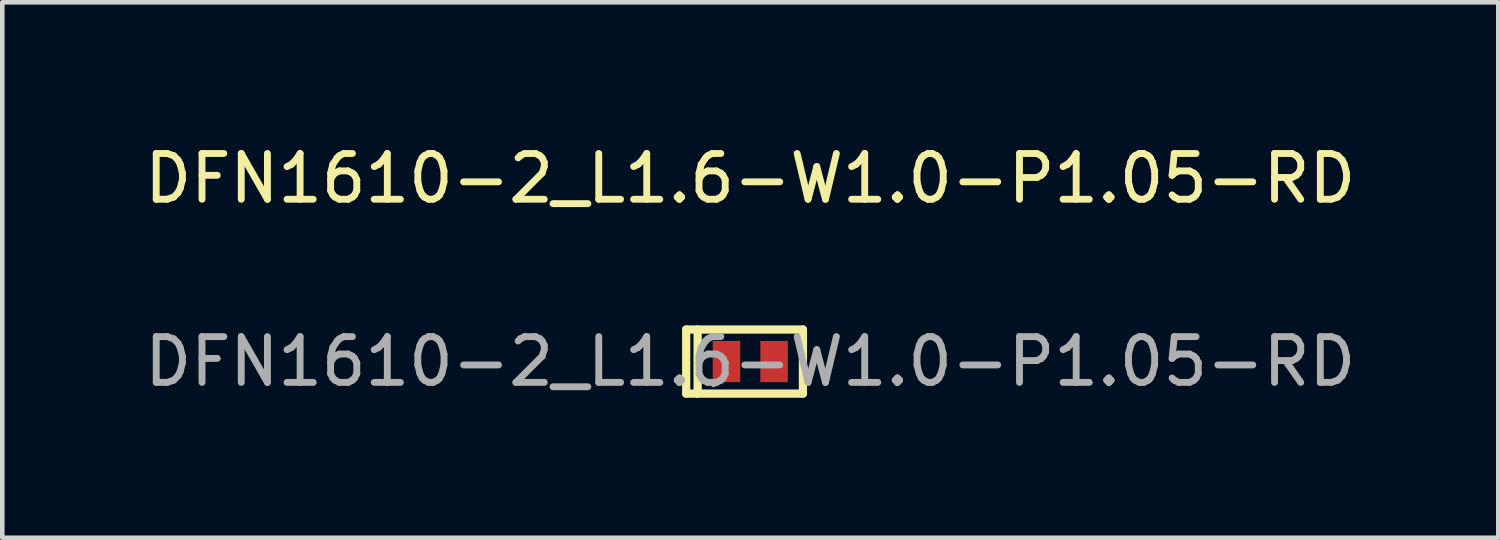
<source format=kicad_pcb>
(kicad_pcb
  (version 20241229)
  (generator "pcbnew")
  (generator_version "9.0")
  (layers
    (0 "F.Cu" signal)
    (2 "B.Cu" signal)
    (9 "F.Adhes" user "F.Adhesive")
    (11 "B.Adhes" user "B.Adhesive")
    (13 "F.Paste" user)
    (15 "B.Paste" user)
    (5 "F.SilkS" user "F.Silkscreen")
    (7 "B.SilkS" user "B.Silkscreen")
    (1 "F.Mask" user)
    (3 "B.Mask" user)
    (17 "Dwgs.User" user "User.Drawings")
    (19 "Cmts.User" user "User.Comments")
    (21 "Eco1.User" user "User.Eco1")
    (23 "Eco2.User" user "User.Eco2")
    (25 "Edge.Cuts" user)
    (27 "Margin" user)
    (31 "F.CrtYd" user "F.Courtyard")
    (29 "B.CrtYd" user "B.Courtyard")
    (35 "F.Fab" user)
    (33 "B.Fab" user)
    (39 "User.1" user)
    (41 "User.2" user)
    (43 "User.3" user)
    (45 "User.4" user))
  (footprint "DFN1610-2_L1.6-W1.0-P1.05-RD"
    (layer "F.Cu")
    (at 13.339 4.848)
    (property "Reference" "DFN1610-2_L1.6-W1.0-P1.05-RD" (at 0 -4 0) (layer "F.SilkS") (effects (font (size 1 1) (thickness 0.15))))
    (attr smd)
    (fp_line (start -1.4 -0.7) (end -1.4 0.7) (stroke (width 0.18) (type solid)) (layer "F.SilkS"))
    (fp_line (start -1.4 -0.7) (end 1.15 -0.7) (stroke (width 0.18) (type solid)) (layer "F.SilkS"))
    (fp_line (start -1.4 0.7) (end 1.15 0.7) (stroke (width 0.18) (type solid)) (layer "F.SilkS"))
    (fp_line (start -1.15 -0.7) (end -1.15 0.7) (stroke (width 0.18) (type solid)) (layer "F.SilkS"))
    (fp_line (start 1.15 -0.7) (end 1.15 0.7) (stroke (width 0.18) (type solid)) (layer "F.SilkS"))
    (fp_circle (center -0.8 0.5) (end -0.77 0.5) (stroke (width 0.06) (type solid)) (fill no) (layer "F.Fab"))
    (fp_text user "${REFERENCE}" (at 0 0 0) (layer "F.Fab") (effects (font (size 1 1) (thickness 0.15))))
    (pad "1" smd rect (at -0.52 0 90) (size 0.9 0.6) (layers "F.Cu" "F.Mask" "F.Paste"))
    (pad "2" smd rect (at 0.52 0 90) (size 0.9 0.6) (layers "F.Cu" "F.Mask" "F.Paste")))
  (gr_rect
    (start -3 -3)
    (end 29.679 8.697)
    (stroke (width 0.1) (type default))
    (fill no)
    (layer "Edge.Cuts")))
</source>
